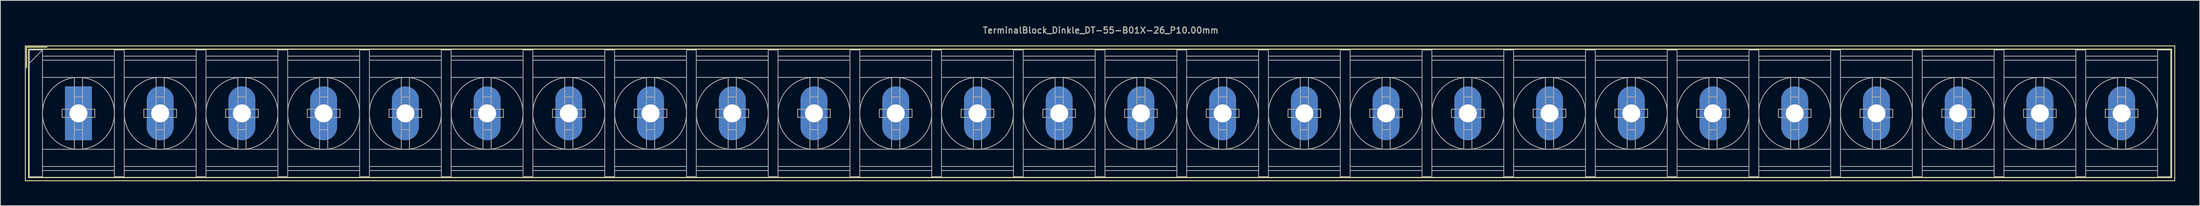
<source format=kicad_pcb>
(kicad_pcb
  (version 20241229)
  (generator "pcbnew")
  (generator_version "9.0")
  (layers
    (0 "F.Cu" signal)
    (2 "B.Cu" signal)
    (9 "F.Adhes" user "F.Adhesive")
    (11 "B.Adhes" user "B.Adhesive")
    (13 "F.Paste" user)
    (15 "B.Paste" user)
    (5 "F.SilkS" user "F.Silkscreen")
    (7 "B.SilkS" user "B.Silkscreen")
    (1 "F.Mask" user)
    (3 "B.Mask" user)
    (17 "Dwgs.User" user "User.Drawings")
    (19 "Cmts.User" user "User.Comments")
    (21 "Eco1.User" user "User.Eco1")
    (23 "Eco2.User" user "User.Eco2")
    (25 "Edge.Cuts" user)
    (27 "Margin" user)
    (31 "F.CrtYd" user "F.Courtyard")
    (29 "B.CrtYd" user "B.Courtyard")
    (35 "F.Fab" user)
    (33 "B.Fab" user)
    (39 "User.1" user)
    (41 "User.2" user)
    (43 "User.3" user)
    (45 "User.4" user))
  (footprint "TerminalBlock_Dinkle_DT-55-B01X-26_P10.00mm"
    (layer "F.Cu")
    (at 6.55 10.818)
    (property "Reference" "TerminalBlock_Dinkle_DT-55-B01X-26_P10.00mm" (at 125.08 -10.16 0) (layer "F.SilkS") (effects (font (size 0.75 0.75) (thickness 0.125))))
    (attr through_hole)
    (fp_line (start -6.5 -8.25) (end 256.5 -8.25) (stroke (width 0.1) (type solid)) (layer "F.SilkS"))
    (fp_line (start -6.5 8.25) (end -6.5 -8.25) (stroke (width 0.1) (type solid)) (layer "F.SilkS"))
    (fp_line (start -6.5 8.25) (end 256.5 8.25) (stroke (width 0.1) (type solid)) (layer "F.SilkS"))
    (fp_line (start -6.35 -8.1) (end -3.85 -8.1) (stroke (width 0.12) (type solid)) (layer "F.SilkS"))
    (fp_line (start -6.35 -5.6) (end -6.35 -8.1) (stroke (width 0.12) (type solid)) (layer "F.SilkS"))
    (fp_line (start -6.1 -7.85) (end 256.1 -7.85) (stroke (width 0.12) (type solid)) (layer "F.SilkS"))
    (fp_line (start -6.1 7.85) (end -6.1 -7.85) (stroke (width 0.12) (type solid)) (layer "F.SilkS"))
    (fp_line (start -6.1 7.85) (end 256.1 7.85) (stroke (width 0.12) (type solid)) (layer "F.SilkS"))
    (fp_line (start 256.1 -7.85) (end 256.1 7.85) (stroke (width 0.12) (type solid)) (layer "F.SilkS"))
    (fp_line (start 256.5 -8.25) (end 256.5 8.25) (stroke (width 0.1) (type solid)) (layer "F.SilkS"))
    (fp_line (start -6 -7.75) (end -6 7.75) (stroke (width 0.1) (type solid)) (layer "F.Fab"))
    (fp_line (start -6 -7.75) (end -4.4 -7.75) (stroke (width 0.1) (type solid)) (layer "F.Fab"))
    (fp_line (start -6 7.75) (end -4.4 7.75) (stroke (width 0.1) (type solid)) (layer "F.Fab"))
    (fp_line (start -4.4 -7.75) (end -6 -6.15) (stroke (width 0.1) (type solid)) (layer "F.Fab"))
    (fp_line (start -4.4 -7.75) (end -4.4 7.75) (stroke (width 0.1) (type solid)) (layer "F.Fab"))
    (fp_line (start -4.4 -7) (end 4.4 -7) (stroke (width 0.1) (type solid)) (layer "F.Fab"))
    (fp_line (start -4.4 -6.5) (end 4.4 -6.5) (stroke (width 0.1) (type solid)) (layer "F.Fab"))
    (fp_line (start -4.4 -4.4) (end 4.4 -4.4) (stroke (width 0.1) (type solid)) (layer "F.Fab"))
    (fp_line (start -4.4 4.4) (end 4.4 4.4) (stroke (width 0.1) (type solid)) (layer "F.Fab"))
    (fp_line (start -4.4 6.5) (end 4.4 6.5) (stroke (width 0.1) (type solid)) (layer "F.Fab"))
    (fp_line (start -4.4 7) (end 4.4 7) (stroke (width 0.1) (type solid)) (layer "F.Fab"))
    (fp_line (start -2 -0.5) (end -2 0.5) (stroke (width 0.1) (type solid)) (layer "F.Fab"))
    (fp_line (start -2 0.5) (end -0.5 0.5) (stroke (width 0.1) (type solid)) (layer "F.Fab"))
    (fp_line (start -0.5 -4.35) (end -0.5 -0.5) (stroke (width 0.1) (type solid)) (layer "F.Fab"))
    (fp_line (start -0.5 -2) (end 0.5 -2) (stroke (width 0.1) (type solid)) (layer "F.Fab"))
    (fp_line (start -0.5 -0.5) (end -2 -0.5) (stroke (width 0.1) (type solid)) (layer "F.Fab"))
    (fp_line (start -0.5 0.5) (end -0.5 4.35) (stroke (width 0.1) (type solid)) (layer "F.Fab"))
    (fp_line (start -0.5 2) (end 0.5 2) (stroke (width 0.1) (type solid)) (layer "F.Fab"))
    (fp_line (start 0.5 -4.35) (end 0.5 -0.5) (stroke (width 0.1) (type solid)) (layer "F.Fab"))
    (fp_line (start 0.5 -0.5) (end 2 -0.5) (stroke (width 0.1) (type solid)) (layer "F.Fab"))
    (fp_line (start 0.5 0.5) (end 0.5 4.35) (stroke (width 0.1) (type solid)) (layer "F.Fab"))
    (fp_line (start 2 -0.5) (end 2 0.5) (stroke (width 0.1) (type solid)) (layer "F.Fab"))
    (fp_line (start 2 0.5) (end 0.5 0.5) (stroke (width 0.1) (type solid)) (layer "F.Fab"))
    (fp_line (start 4.4 -7.75) (end 4.4 7.75) (stroke (width 0.1) (type solid)) (layer "F.Fab"))
    (fp_line (start 4.4 -7.75) (end 5.6 -7.75) (stroke (width 0.1) (type solid)) (layer "F.Fab"))
    (fp_line (start 4.4 7.75) (end 5.6 7.75) (stroke (width 0.1) (type solid)) (layer "F.Fab"))
    (fp_line (start 5.6 -7.75) (end 5.6 7.75) (stroke (width 0.1) (type solid)) (layer "F.Fab"))
    (fp_line (start 5.6 -7) (end 14.4 -7) (stroke (width 0.1) (type solid)) (layer "F.Fab"))
    (fp_line (start 5.6 -6.5) (end 14.4 -6.5) (stroke (width 0.1) (type solid)) (layer "F.Fab"))
    (fp_line (start 5.6 -4.4) (end 14.4 -4.4) (stroke (width 0.1) (type solid)) (layer "F.Fab"))
    (fp_line (start 5.6 4.4) (end 14.4 4.4) (stroke (width 0.1) (type solid)) (layer "F.Fab"))
    (fp_line (start 5.6 6.5) (end 14.4 6.5) (stroke (width 0.1) (type solid)) (layer "F.Fab"))
    (fp_line (start 5.6 7) (end 14.4 7) (stroke (width 0.1) (type solid)) (layer "F.Fab"))
    (fp_line (start 8 -0.5) (end 8 0.5) (stroke (width 0.1) (type solid)) (layer "F.Fab"))
    (fp_line (start 8 0.5) (end 9.5 0.5) (stroke (width 0.1) (type solid)) (layer "F.Fab"))
    (fp_line (start 9.5 -4.35) (end 9.5 -0.5) (stroke (width 0.1) (type solid)) (layer "F.Fab"))
    (fp_line (start 9.5 -2) (end 10.5 -2) (stroke (width 0.1) (type solid)) (layer "F.Fab"))
    (fp_line (start 9.5 -0.5) (end 8 -0.5) (stroke (width 0.1) (type solid)) (layer "F.Fab"))
    (fp_line (start 9.5 0.5) (end 9.5 4.35) (stroke (width 0.1) (type solid)) (layer "F.Fab"))
    (fp_line (start 9.5 2) (end 10.5 2) (stroke (width 0.1) (type solid)) (layer "F.Fab"))
    (fp_line (start 10.5 -4.35) (end 10.5 -0.5) (stroke (width 0.1) (type solid)) (layer "F.Fab"))
    (fp_line (start 10.5 -0.5) (end 12 -0.5) (stroke (width 0.1) (type solid)) (layer "F.Fab"))
    (fp_line (start 10.5 0.5) (end 10.5 4.35) (stroke (width 0.1) (type solid)) (layer "F.Fab"))
    (fp_line (start 12 -0.5) (end 12 0.5) (stroke (width 0.1) (type solid)) (layer "F.Fab"))
    (fp_line (start 12 0.5) (end 10.5 0.5) (stroke (width 0.1) (type solid)) (layer "F.Fab"))
    (fp_line (start 14.4 -7.75) (end 14.4 7.75) (stroke (width 0.1) (type solid)) (layer "F.Fab"))
    (fp_line (start 14.4 -7.75) (end 15.6 -7.75) (stroke (width 0.1) (type solid)) (layer "F.Fab"))
    (fp_line (start 14.4 7.75) (end 15.6 7.75) (stroke (width 0.1) (type solid)) (layer "F.Fab"))
    (fp_line (start 15.6 -7.75) (end 15.6 7.75) (stroke (width 0.1) (type solid)) (layer "F.Fab"))
    (fp_line (start 15.6 -7) (end 24.4 -7) (stroke (width 0.1) (type solid)) (layer "F.Fab"))
    (fp_line (start 15.6 -6.5) (end 24.4 -6.5) (stroke (width 0.1) (type solid)) (layer "F.Fab"))
    (fp_line (start 15.6 -4.4) (end 24.4 -4.4) (stroke (width 0.1) (type solid)) (layer "F.Fab"))
    (fp_line (start 15.6 4.4) (end 24.4 4.4) (stroke (width 0.1) (type solid)) (layer "F.Fab"))
    (fp_line (start 15.6 6.5) (end 24.4 6.5) (stroke (width 0.1) (type solid)) (layer "F.Fab"))
    (fp_line (start 15.6 7) (end 24.4 7) (stroke (width 0.1) (type solid)) (layer "F.Fab"))
    (fp_line (start 18 -0.5) (end 18 0.5) (stroke (width 0.1) (type solid)) (layer "F.Fab"))
    (fp_line (start 18 0.5) (end 19.5 0.5) (stroke (width 0.1) (type solid)) (layer "F.Fab"))
    (fp_line (start 19.5 -4.35) (end 19.5 -0.5) (stroke (width 0.1) (type solid)) (layer "F.Fab"))
    (fp_line (start 19.5 -2) (end 20.5 -2) (stroke (width 0.1) (type solid)) (layer "F.Fab"))
    (fp_line (start 19.5 -0.5) (end 18 -0.5) (stroke (width 0.1) (type solid)) (layer "F.Fab"))
    (fp_line (start 19.5 0.5) (end 19.5 4.35) (stroke (width 0.1) (type solid)) (layer "F.Fab"))
    (fp_line (start 19.5 2) (end 20.5 2) (stroke (width 0.1) (type solid)) (layer "F.Fab"))
    (fp_line (start 20.5 -4.35) (end 20.5 -0.5) (stroke (width 0.1) (type solid)) (layer "F.Fab"))
    (fp_line (start 20.5 -0.5) (end 22 -0.5) (stroke (width 0.1) (type solid)) (layer "F.Fab"))
    (fp_line (start 20.5 0.5) (end 20.5 4.35) (stroke (width 0.1) (type solid)) (layer "F.Fab"))
    (fp_line (start 22 -0.5) (end 22 0.5) (stroke (width 0.1) (type solid)) (layer "F.Fab"))
    (fp_line (start 22 0.5) (end 20.5 0.5) (stroke (width 0.1) (type solid)) (layer "F.Fab"))
    (fp_line (start 24.4 -7.75) (end 24.4 7.75) (stroke (width 0.1) (type solid)) (layer "F.Fab"))
    (fp_line (start 24.4 -7.75) (end 25.6 -7.75) (stroke (width 0.1) (type solid)) (layer "F.Fab"))
    (fp_line (start 24.4 7.75) (end 25.6 7.75) (stroke (width 0.1) (type solid)) (layer "F.Fab"))
    (fp_line (start 25.6 -7.75) (end 25.6 7.75) (stroke (width 0.1) (type solid)) (layer "F.Fab"))
    (fp_line (start 25.6 -7) (end 34.4 -7) (stroke (width 0.1) (type solid)) (layer "F.Fab"))
    (fp_line (start 25.6 -6.5) (end 34.4 -6.5) (stroke (width 0.1) (type solid)) (layer "F.Fab"))
    (fp_line (start 25.6 -4.4) (end 34.4 -4.4) (stroke (width 0.1) (type solid)) (layer "F.Fab"))
    (fp_line (start 25.6 4.4) (end 34.4 4.4) (stroke (width 0.1) (type solid)) (layer "F.Fab"))
    (fp_line (start 25.6 6.5) (end 34.4 6.5) (stroke (width 0.1) (type solid)) (layer "F.Fab"))
    (fp_line (start 25.6 7) (end 34.4 7) (stroke (width 0.1) (type solid)) (layer "F.Fab"))
    (fp_line (start 28 -0.5) (end 28 0.5) (stroke (width 0.1) (type solid)) (layer "F.Fab"))
    (fp_line (start 28 0.5) (end 29.5 0.5) (stroke (width 0.1) (type solid)) (layer "F.Fab"))
    (fp_line (start 29.5 -4.35) (end 29.5 -0.5) (stroke (width 0.1) (type solid)) (layer "F.Fab"))
    (fp_line (start 29.5 -2) (end 30.5 -2) (stroke (width 0.1) (type solid)) (layer "F.Fab"))
    (fp_line (start 29.5 -0.5) (end 28 -0.5) (stroke (width 0.1) (type solid)) (layer "F.Fab"))
    (fp_line (start 29.5 0.5) (end 29.5 4.35) (stroke (width 0.1) (type solid)) (layer "F.Fab"))
    (fp_line (start 29.5 2) (end 30.5 2) (stroke (width 0.1) (type solid)) (layer "F.Fab"))
    (fp_line (start 30.5 -4.35) (end 30.5 -0.5) (stroke (width 0.1) (type solid)) (layer "F.Fab"))
    (fp_line (start 30.5 -0.5) (end 32 -0.5) (stroke (width 0.1) (type solid)) (layer "F.Fab"))
    (fp_line (start 30.5 0.5) (end 30.5 4.35) (stroke (width 0.1) (type solid)) (layer "F.Fab"))
    (fp_line (start 32 -0.5) (end 32 0.5) (stroke (width 0.1) (type solid)) (layer "F.Fab"))
    (fp_line (start 32 0.5) (end 30.5 0.5) (stroke (width 0.1) (type solid)) (layer "F.Fab"))
    (fp_line (start 34.4 -7.75) (end 34.4 7.75) (stroke (width 0.1) (type solid)) (layer "F.Fab"))
    (fp_line (start 34.4 -7.75) (end 35.6 -7.75) (stroke (width 0.1) (type solid)) (layer "F.Fab"))
    (fp_line (start 34.4 7.75) (end 35.6 7.75) (stroke (width 0.1) (type solid)) (layer "F.Fab"))
    (fp_line (start 35.6 -7.75) (end 35.6 7.75) (stroke (width 0.1) (type solid)) (layer "F.Fab"))
    (fp_line (start 35.6 -7) (end 44.4 -7) (stroke (width 0.1) (type solid)) (layer "F.Fab"))
    (fp_line (start 35.6 -6.5) (end 44.4 -6.5) (stroke (width 0.1) (type solid)) (layer "F.Fab"))
    (fp_line (start 35.6 -4.4) (end 44.4 -4.4) (stroke (width 0.1) (type solid)) (layer "F.Fab"))
    (fp_line (start 35.6 4.4) (end 44.4 4.4) (stroke (width 0.1) (type solid)) (layer "F.Fab"))
    (fp_line (start 35.6 6.5) (end 44.4 6.5) (stroke (width 0.1) (type solid)) (layer "F.Fab"))
    (fp_line (start 35.6 7) (end 44.4 7) (stroke (width 0.1) (type solid)) (layer "F.Fab"))
    (fp_line (start 38 -0.5) (end 38 0.5) (stroke (width 0.1) (type solid)) (layer "F.Fab"))
    (fp_line (start 38 0.5) (end 39.5 0.5) (stroke (width 0.1) (type solid)) (layer "F.Fab"))
    (fp_line (start 39.5 -4.35) (end 39.5 -0.5) (stroke (width 0.1) (type solid)) (layer "F.Fab"))
    (fp_line (start 39.5 -2) (end 40.5 -2) (stroke (width 0.1) (type solid)) (layer "F.Fab"))
    (fp_line (start 39.5 -0.5) (end 38 -0.5) (stroke (width 0.1) (type solid)) (layer "F.Fab"))
    (fp_line (start 39.5 0.5) (end 39.5 4.35) (stroke (width 0.1) (type solid)) (layer "F.Fab"))
    (fp_line (start 39.5 2) (end 40.5 2) (stroke (width 0.1) (type solid)) (layer "F.Fab"))
    (fp_line (start 40.5 -4.35) (end 40.5 -0.5) (stroke (width 0.1) (type solid)) (layer "F.Fab"))
    (fp_line (start 40.5 -0.5) (end 42 -0.5) (stroke (width 0.1) (type solid)) (layer "F.Fab"))
    (fp_line (start 40.5 0.5) (end 40.5 4.35) (stroke (width 0.1) (type solid)) (layer "F.Fab"))
    (fp_line (start 42 -0.5) (end 42 0.5) (stroke (width 0.1) (type solid)) (layer "F.Fab"))
    (fp_line (start 42 0.5) (end 40.5 0.5) (stroke (width 0.1) (type solid)) (layer "F.Fab"))
    (fp_line (start 44.4 -7.75) (end 44.4 7.75) (stroke (width 0.1) (type solid)) (layer "F.Fab"))
    (fp_line (start 44.4 -7.75) (end 45.6 -7.75) (stroke (width 0.1) (type solid)) (layer "F.Fab"))
    (fp_line (start 44.4 7.75) (end 45.6 7.75) (stroke (width 0.1) (type solid)) (layer "F.Fab"))
    (fp_line (start 45.6 -7.75) (end 45.6 7.75) (stroke (width 0.1) (type solid)) (layer "F.Fab"))
    (fp_line (start 45.6 -7) (end 54.4 -7) (stroke (width 0.1) (type solid)) (layer "F.Fab"))
    (fp_line (start 45.6 -6.5) (end 54.4 -6.5) (stroke (width 0.1) (type solid)) (layer "F.Fab"))
    (fp_line (start 45.6 -4.4) (end 54.4 -4.4) (stroke (width 0.1) (type solid)) (layer "F.Fab"))
    (fp_line (start 45.6 4.4) (end 54.4 4.4) (stroke (width 0.1) (type solid)) (layer "F.Fab"))
    (fp_line (start 45.6 6.5) (end 54.4 6.5) (stroke (width 0.1) (type solid)) (layer "F.Fab"))
    (fp_line (start 45.6 7) (end 54.4 7) (stroke (width 0.1) (type solid)) (layer "F.Fab"))
    (fp_line (start 48 -0.5) (end 48 0.5) (stroke (width 0.1) (type solid)) (layer "F.Fab"))
    (fp_line (start 48 0.5) (end 49.5 0.5) (stroke (width 0.1) (type solid)) (layer "F.Fab"))
    (fp_line (start 49.5 -4.35) (end 49.5 -0.5) (stroke (width 0.1) (type solid)) (layer "F.Fab"))
    (fp_line (start 49.5 -2) (end 50.5 -2) (stroke (width 0.1) (type solid)) (layer "F.Fab"))
    (fp_line (start 49.5 -0.5) (end 48 -0.5) (stroke (width 0.1) (type solid)) (layer "F.Fab"))
    (fp_line (start 49.5 0.5) (end 49.5 4.35) (stroke (width 0.1) (type solid)) (layer "F.Fab"))
    (fp_line (start 49.5 2) (end 50.5 2) (stroke (width 0.1) (type solid)) (layer "F.Fab"))
    (fp_line (start 50.5 -4.35) (end 50.5 -0.5) (stroke (width 0.1) (type solid)) (layer "F.Fab"))
    (fp_line (start 50.5 -0.5) (end 52 -0.5) (stroke (width 0.1) (type solid)) (layer "F.Fab"))
    (fp_line (start 50.5 0.5) (end 50.5 4.35) (stroke (width 0.1) (type solid)) (layer "F.Fab"))
    (fp_line (start 52 -0.5) (end 52 0.5) (stroke (width 0.1) (type solid)) (layer "F.Fab"))
    (fp_line (start 52 0.5) (end 50.5 0.5) (stroke (width 0.1) (type solid)) (layer "F.Fab"))
    (fp_line (start 54.4 -7.75) (end 54.4 7.75) (stroke (width 0.1) (type solid)) (layer "F.Fab"))
    (fp_line (start 54.4 -7.75) (end 55.6 -7.75) (stroke (width 0.1) (type solid)) (layer "F.Fab"))
    (fp_line (start 54.4 7.75) (end 55.6 7.75) (stroke (width 0.1) (type solid)) (layer "F.Fab"))
    (fp_line (start 55.6 -7.75) (end 55.6 7.75) (stroke (width 0.1) (type solid)) (layer "F.Fab"))
    (fp_line (start 55.6 -7) (end 64.4 -7) (stroke (width 0.1) (type solid)) (layer "F.Fab"))
    (fp_line (start 55.6 -6.5) (end 64.4 -6.5) (stroke (width 0.1) (type solid)) (layer "F.Fab"))
    (fp_line (start 55.6 -4.4) (end 64.4 -4.4) (stroke (width 0.1) (type solid)) (layer "F.Fab"))
    (fp_line (start 55.6 4.4) (end 64.4 4.4) (stroke (width 0.1) (type solid)) (layer "F.Fab"))
    (fp_line (start 55.6 6.5) (end 64.4 6.5) (stroke (width 0.1) (type solid)) (layer "F.Fab"))
    (fp_line (start 55.6 7) (end 64.4 7) (stroke (width 0.1) (type solid)) (layer "F.Fab"))
    (fp_line (start 58 -0.5) (end 58 0.5) (stroke (width 0.1) (type solid)) (layer "F.Fab"))
    (fp_line (start 58 0.5) (end 59.5 0.5) (stroke (width 0.1) (type solid)) (layer "F.Fab"))
    (fp_line (start 59.5 -4.35) (end 59.5 -0.5) (stroke (width 0.1) (type solid)) (layer "F.Fab"))
    (fp_line (start 59.5 -2) (end 60.5 -2) (stroke (width 0.1) (type solid)) (layer "F.Fab"))
    (fp_line (start 59.5 -0.5) (end 58 -0.5) (stroke (width 0.1) (type solid)) (layer "F.Fab"))
    (fp_line (start 59.5 0.5) (end 59.5 4.35) (stroke (width 0.1) (type solid)) (layer "F.Fab"))
    (fp_line (start 59.5 2) (end 60.5 2) (stroke (width 0.1) (type solid)) (layer "F.Fab"))
    (fp_line (start 60.5 -4.35) (end 60.5 -0.5) (stroke (width 0.1) (type solid)) (layer "F.Fab"))
    (fp_line (start 60.5 -0.5) (end 62 -0.5) (stroke (width 0.1) (type solid)) (layer "F.Fab"))
    (fp_line (start 60.5 0.5) (end 60.5 4.35) (stroke (width 0.1) (type solid)) (layer "F.Fab"))
    (fp_line (start 62 -0.5) (end 62 0.5) (stroke (width 0.1) (type solid)) (layer "F.Fab"))
    (fp_line (start 62 0.5) (end 60.5 0.5) (stroke (width 0.1) (type solid)) (layer "F.Fab"))
    (fp_line (start 64.4 -7.75) (end 64.4 7.75) (stroke (width 0.1) (type solid)) (layer "F.Fab"))
    (fp_line (start 64.4 -7.75) (end 65.6 -7.75) (stroke (width 0.1) (type solid)) (layer "F.Fab"))
    (fp_line (start 64.4 7.75) (end 65.6 7.75) (stroke (width 0.1) (type solid)) (layer "F.Fab"))
    (fp_line (start 65.6 -7.75) (end 65.6 7.75) (stroke (width 0.1) (type solid)) (layer "F.Fab"))
    (fp_line (start 65.6 -7) (end 74.4 -7) (stroke (width 0.1) (type solid)) (layer "F.Fab"))
    (fp_line (start 65.6 -6.5) (end 74.4 -6.5) (stroke (width 0.1) (type solid)) (layer "F.Fab"))
    (fp_line (start 65.6 -4.4) (end 74.4 -4.4) (stroke (width 0.1) (type solid)) (layer "F.Fab"))
    (fp_line (start 65.6 4.4) (end 74.4 4.4) (stroke (width 0.1) (type solid)) (layer "F.Fab"))
    (fp_line (start 65.6 6.5) (end 74.4 6.5) (stroke (width 0.1) (type solid)) (layer "F.Fab"))
    (fp_line (start 65.6 7) (end 74.4 7) (stroke (width 0.1) (type solid)) (layer "F.Fab"))
    (fp_line (start 68 -0.5) (end 68 0.5) (stroke (width 0.1) (type solid)) (layer "F.Fab"))
    (fp_line (start 68 0.5) (end 69.5 0.5) (stroke (width 0.1) (type solid)) (layer "F.Fab"))
    (fp_line (start 69.5 -4.35) (end 69.5 -0.5) (stroke (width 0.1) (type solid)) (layer "F.Fab"))
    (fp_line (start 69.5 -2) (end 70.5 -2) (stroke (width 0.1) (type solid)) (layer "F.Fab"))
    (fp_line (start 69.5 -0.5) (end 68 -0.5) (stroke (width 0.1) (type solid)) (layer "F.Fab"))
    (fp_line (start 69.5 0.5) (end 69.5 4.35) (stroke (width 0.1) (type solid)) (layer "F.Fab"))
    (fp_line (start 69.5 2) (end 70.5 2) (stroke (width 0.1) (type solid)) (layer "F.Fab"))
    (fp_line (start 70.5 -4.35) (end 70.5 -0.5) (stroke (width 0.1) (type solid)) (layer "F.Fab"))
    (fp_line (start 70.5 -0.5) (end 72 -0.5) (stroke (width 0.1) (type solid)) (layer "F.Fab"))
    (fp_line (start 70.5 0.5) (end 70.5 4.35) (stroke (width 0.1) (type solid)) (layer "F.Fab"))
    (fp_line (start 72 -0.5) (end 72 0.5) (stroke (width 0.1) (type solid)) (layer "F.Fab"))
    (fp_line (start 72 0.5) (end 70.5 0.5) (stroke (width 0.1) (type solid)) (layer "F.Fab"))
    (fp_line (start 74.4 -7.75) (end 74.4 7.75) (stroke (width 0.1) (type solid)) (layer "F.Fab"))
    (fp_line (start 74.4 -7.75) (end 75.6 -7.75) (stroke (width 0.1) (type solid)) (layer "F.Fab"))
    (fp_line (start 74.4 7.75) (end 75.6 7.75) (stroke (width 0.1) (type solid)) (layer "F.Fab"))
    (fp_line (start 75.6 -7.75) (end 75.6 7.75) (stroke (width 0.1) (type solid)) (layer "F.Fab"))
    (fp_line (start 75.6 -7) (end 84.4 -7) (stroke (width 0.1) (type solid)) (layer "F.Fab"))
    (fp_line (start 75.6 -6.5) (end 84.4 -6.5) (stroke (width 0.1) (type solid)) (layer "F.Fab"))
    (fp_line (start 75.6 -4.4) (end 84.4 -4.4) (stroke (width 0.1) (type solid)) (layer "F.Fab"))
    (fp_line (start 75.6 4.4) (end 84.4 4.4) (stroke (width 0.1) (type solid)) (layer "F.Fab"))
    (fp_line (start 75.6 6.5) (end 84.4 6.5) (stroke (width 0.1) (type solid)) (layer "F.Fab"))
    (fp_line (start 75.6 7) (end 84.4 7) (stroke (width 0.1) (type solid)) (layer "F.Fab"))
    (fp_line (start 78 -0.5) (end 78 0.5) (stroke (width 0.1) (type solid)) (layer "F.Fab"))
    (fp_line (start 78 0.5) (end 79.5 0.5) (stroke (width 0.1) (type solid)) (layer "F.Fab"))
    (fp_line (start 79.5 -4.35) (end 79.5 -0.5) (stroke (width 0.1) (type solid)) (layer "F.Fab"))
    (fp_line (start 79.5 -2) (end 80.5 -2) (stroke (width 0.1) (type solid)) (layer "F.Fab"))
    (fp_line (start 79.5 -0.5) (end 78 -0.5) (stroke (width 0.1) (type solid)) (layer "F.Fab"))
    (fp_line (start 79.5 0.5) (end 79.5 4.35) (stroke (width 0.1) (type solid)) (layer "F.Fab"))
    (fp_line (start 79.5 2) (end 80.5 2) (stroke (width 0.1) (type solid)) (layer "F.Fab"))
    (fp_line (start 80.5 -4.35) (end 80.5 -0.5) (stroke (width 0.1) (type solid)) (layer "F.Fab"))
    (fp_line (start 80.5 -0.5) (end 82 -0.5) (stroke (width 0.1) (type solid)) (layer "F.Fab"))
    (fp_line (start 80.5 0.5) (end 80.5 4.35) (stroke (width 0.1) (type solid)) (layer "F.Fab"))
    (fp_line (start 82 -0.5) (end 82 0.5) (stroke (width 0.1) (type solid)) (layer "F.Fab"))
    (fp_line (start 82 0.5) (end 80.5 0.5) (stroke (width 0.1) (type solid)) (layer "F.Fab"))
    (fp_line (start 84.4 -7.75) (end 84.4 7.75) (stroke (width 0.1) (type solid)) (layer "F.Fab"))
    (fp_line (start 84.4 -7.75) (end 85.6 -7.75) (stroke (width 0.1) (type solid)) (layer "F.Fab"))
    (fp_line (start 84.4 7.75) (end 85.6 7.75) (stroke (width 0.1) (type solid)) (layer "F.Fab"))
    (fp_line (start 85.6 -7.75) (end 85.6 7.75) (stroke (width 0.1) (type solid)) (layer "F.Fab"))
    (fp_line (start 85.6 -7) (end 94.4 -7) (stroke (width 0.1) (type solid)) (layer "F.Fab"))
    (fp_line (start 85.6 -6.5) (end 94.4 -6.5) (stroke (width 0.1) (type solid)) (layer "F.Fab"))
    (fp_line (start 85.6 -4.4) (end 94.4 -4.4) (stroke (width 0.1) (type solid)) (layer "F.Fab"))
    (fp_line (start 85.6 4.4) (end 94.4 4.4) (stroke (width 0.1) (type solid)) (layer "F.Fab"))
    (fp_line (start 85.6 6.5) (end 94.4 6.5) (stroke (width 0.1) (type solid)) (layer "F.Fab"))
    (fp_line (start 85.6 7) (end 94.4 7) (stroke (width 0.1) (type solid)) (layer "F.Fab"))
    (fp_line (start 88 -0.5) (end 88 0.5) (stroke (width 0.1) (type solid)) (layer "F.Fab"))
    (fp_line (start 88 0.5) (end 89.5 0.5) (stroke (width 0.1) (type solid)) (layer "F.Fab"))
    (fp_line (start 89.5 -4.35) (end 89.5 -0.5) (stroke (width 0.1) (type solid)) (layer "F.Fab"))
    (fp_line (start 89.5 -2) (end 90.5 -2) (stroke (width 0.1) (type solid)) (layer "F.Fab"))
    (fp_line (start 89.5 -0.5) (end 88 -0.5) (stroke (width 0.1) (type solid)) (layer "F.Fab"))
    (fp_line (start 89.5 0.5) (end 89.5 4.35) (stroke (width 0.1) (type solid)) (layer "F.Fab"))
    (fp_line (start 89.5 2) (end 90.5 2) (stroke (width 0.1) (type solid)) (layer "F.Fab"))
    (fp_line (start 90.5 -4.35) (end 90.5 -0.5) (stroke (width 0.1) (type solid)) (layer "F.Fab"))
    (fp_line (start 90.5 -0.5) (end 92 -0.5) (stroke (width 0.1) (type solid)) (layer "F.Fab"))
    (fp_line (start 90.5 0.5) (end 90.5 4.35) (stroke (width 0.1) (type solid)) (layer "F.Fab"))
    (fp_line (start 92 -0.5) (end 92 0.5) (stroke (width 0.1) (type solid)) (layer "F.Fab"))
    (fp_line (start 92 0.5) (end 90.5 0.5) (stroke (width 0.1) (type solid)) (layer "F.Fab"))
    (fp_line (start 94.4 -7.75) (end 94.4 7.75) (stroke (width 0.1) (type solid)) (layer "F.Fab"))
    (fp_line (start 94.4 -7.75) (end 95.6 -7.75) (stroke (width 0.1) (type solid)) (layer "F.Fab"))
    (fp_line (start 94.4 7.75) (end 95.6 7.75) (stroke (width 0.1) (type solid)) (layer "F.Fab"))
    (fp_line (start 95.6 -7.75) (end 95.6 7.75) (stroke (width 0.1) (type solid)) (layer "F.Fab"))
    (fp_line (start 95.6 -7) (end 104.4 -7) (stroke (width 0.1) (type solid)) (layer "F.Fab"))
    (fp_line (start 95.6 -6.5) (end 104.4 -6.5) (stroke (width 0.1) (type solid)) (layer "F.Fab"))
    (fp_line (start 95.6 -4.4) (end 104.4 -4.4) (stroke (width 0.1) (type solid)) (layer "F.Fab"))
    (fp_line (start 95.6 4.4) (end 104.4 4.4) (stroke (width 0.1) (type solid)) (layer "F.Fab"))
    (fp_line (start 95.6 6.5) (end 104.4 6.5) (stroke (width 0.1) (type solid)) (layer "F.Fab"))
    (fp_line (start 95.6 7) (end 104.4 7) (stroke (width 0.1) (type solid)) (layer "F.Fab"))
    (fp_line (start 98 -0.5) (end 98 0.5) (stroke (width 0.1) (type solid)) (layer "F.Fab"))
    (fp_line (start 98 0.5) (end 99.5 0.5) (stroke (width 0.1) (type solid)) (layer "F.Fab"))
    (fp_line (start 99.5 -4.35) (end 99.5 -0.5) (stroke (width 0.1) (type solid)) (layer "F.Fab"))
    (fp_line (start 99.5 -2) (end 100.5 -2) (stroke (width 0.1) (type solid)) (layer "F.Fab"))
    (fp_line (start 99.5 -0.5) (end 98 -0.5) (stroke (width 0.1) (type solid)) (layer "F.Fab"))
    (fp_line (start 99.5 0.5) (end 99.5 4.35) (stroke (width 0.1) (type solid)) (layer "F.Fab"))
    (fp_line (start 99.5 2) (end 100.5 2) (stroke (width 0.1) (type solid)) (layer "F.Fab"))
    (fp_line (start 100.5 -4.35) (end 100.5 -0.5) (stroke (width 0.1) (type solid)) (layer "F.Fab"))
    (fp_line (start 100.5 -0.5) (end 102 -0.5) (stroke (width 0.1) (type solid)) (layer "F.Fab"))
    (fp_line (start 100.5 0.5) (end 100.5 4.35) (stroke (width 0.1) (type solid)) (layer "F.Fab"))
    (fp_line (start 102 -0.5) (end 102 0.5) (stroke (width 0.1) (type solid)) (layer "F.Fab"))
    (fp_line (start 102 0.5) (end 100.5 0.5) (stroke (width 0.1) (type solid)) (layer "F.Fab"))
    (fp_line (start 104.4 -7.75) (end 104.4 7.75) (stroke (width 0.1) (type solid)) (layer "F.Fab"))
    (fp_line (start 104.4 -7.75) (end 105.6 -7.75) (stroke (width 0.1) (type solid)) (layer "F.Fab"))
    (fp_line (start 104.4 7.75) (end 105.6 7.75) (stroke (width 0.1) (type solid)) (layer "F.Fab"))
    (fp_line (start 105.6 -7.75) (end 105.6 7.75) (stroke (width 0.1) (type solid)) (layer "F.Fab"))
    (fp_line (start 105.6 -7) (end 114.4 -7) (stroke (width 0.1) (type solid)) (layer "F.Fab"))
    (fp_line (start 105.6 -6.5) (end 114.4 -6.5) (stroke (width 0.1) (type solid)) (layer "F.Fab"))
    (fp_line (start 105.6 -4.4) (end 114.4 -4.4) (stroke (width 0.1) (type solid)) (layer "F.Fab"))
    (fp_line (start 105.6 4.4) (end 114.4 4.4) (stroke (width 0.1) (type solid)) (layer "F.Fab"))
    (fp_line (start 105.6 6.5) (end 114.4 6.5) (stroke (width 0.1) (type solid)) (layer "F.Fab"))
    (fp_line (start 105.6 7) (end 114.4 7) (stroke (width 0.1) (type solid)) (layer "F.Fab"))
    (fp_line (start 108 -0.5) (end 108 0.5) (stroke (width 0.1) (type solid)) (layer "F.Fab"))
    (fp_line (start 108 0.5) (end 109.5 0.5) (stroke (width 0.1) (type solid)) (layer "F.Fab"))
    (fp_line (start 109.5 -4.35) (end 109.5 -0.5) (stroke (width 0.1) (type solid)) (layer "F.Fab"))
    (fp_line (start 109.5 -2) (end 110.5 -2) (stroke (width 0.1) (type solid)) (layer "F.Fab"))
    (fp_line (start 109.5 -0.5) (end 108 -0.5) (stroke (width 0.1) (type solid)) (layer "F.Fab"))
    (fp_line (start 109.5 0.5) (end 109.5 4.35) (stroke (width 0.1) (type solid)) (layer "F.Fab"))
    (fp_line (start 109.5 2) (end 110.5 2) (stroke (width 0.1) (type solid)) (layer "F.Fab"))
    (fp_line (start 110.5 -4.35) (end 110.5 -0.5) (stroke (width 0.1) (type solid)) (layer "F.Fab"))
    (fp_line (start 110.5 -0.5) (end 112 -0.5) (stroke (width 0.1) (type solid)) (layer "F.Fab"))
    (fp_line (start 110.5 0.5) (end 110.5 4.35) (stroke (width 0.1) (type solid)) (layer "F.Fab"))
    (fp_line (start 112 -0.5) (end 112 0.5) (stroke (width 0.1) (type solid)) (layer "F.Fab"))
    (fp_line (start 112 0.5) (end 110.5 0.5) (stroke (width 0.1) (type solid)) (layer "F.Fab"))
    (fp_line (start 114.4 -7.75) (end 114.4 7.75) (stroke (width 0.1) (type solid)) (layer "F.Fab"))
    (fp_line (start 114.4 -7.75) (end 115.6 -7.75) (stroke (width 0.1) (type solid)) (layer "F.Fab"))
    (fp_line (start 114.4 7.75) (end 115.6 7.75) (stroke (width 0.1) (type solid)) (layer "F.Fab"))
    (fp_line (start 115.6 -7.75) (end 115.6 7.75) (stroke (width 0.1) (type solid)) (layer "F.Fab"))
    (fp_line (start 115.6 -7) (end 124.4 -7) (stroke (width 0.1) (type solid)) (layer "F.Fab"))
    (fp_line (start 115.6 -6.5) (end 124.4 -6.5) (stroke (width 0.1) (type solid)) (layer "F.Fab"))
    (fp_line (start 115.6 -4.4) (end 124.4 -4.4) (stroke (width 0.1) (type solid)) (layer "F.Fab"))
    (fp_line (start 115.6 4.4) (end 124.4 4.4) (stroke (width 0.1) (type solid)) (layer "F.Fab"))
    (fp_line (start 115.6 6.5) (end 124.4 6.5) (stroke (width 0.1) (type solid)) (layer "F.Fab"))
    (fp_line (start 115.6 7) (end 124.4 7) (stroke (width 0.1) (type solid)) (layer "F.Fab"))
    (fp_line (start 118 -0.5) (end 118 0.5) (stroke (width 0.1) (type solid)) (layer "F.Fab"))
    (fp_line (start 118 0.5) (end 119.5 0.5) (stroke (width 0.1) (type solid)) (layer "F.Fab"))
    (fp_line (start 119.5 -4.35) (end 119.5 -0.5) (stroke (width 0.1) (type solid)) (layer "F.Fab"))
    (fp_line (start 119.5 -2) (end 120.5 -2) (stroke (width 0.1) (type solid)) (layer "F.Fab"))
    (fp_line (start 119.5 -0.5) (end 118 -0.5) (stroke (width 0.1) (type solid)) (layer "F.Fab"))
    (fp_line (start 119.5 0.5) (end 119.5 4.35) (stroke (width 0.1) (type solid)) (layer "F.Fab"))
    (fp_line (start 119.5 2) (end 120.5 2) (stroke (width 0.1) (type solid)) (layer "F.Fab"))
    (fp_line (start 120.5 -4.35) (end 120.5 -0.5) (stroke (width 0.1) (type solid)) (layer "F.Fab"))
    (fp_line (start 120.5 -0.5) (end 122 -0.5) (stroke (width 0.1) (type solid)) (layer "F.Fab"))
    (fp_line (start 120.5 0.5) (end 120.5 4.35) (stroke (width 0.1) (type solid)) (layer "F.Fab"))
    (fp_line (start 122 -0.5) (end 122 0.5) (stroke (width 0.1) (type solid)) (layer "F.Fab"))
    (fp_line (start 122 0.5) (end 120.5 0.5) (stroke (width 0.1) (type solid)) (layer "F.Fab"))
    (fp_line (start 124.4 -7.75) (end 124.4 7.75) (stroke (width 0.1) (type solid)) (layer "F.Fab"))
    (fp_line (start 124.4 -7.75) (end 125.6 -7.75) (stroke (width 0.1) (type solid)) (layer "F.Fab"))
    (fp_line (start 124.4 7.75) (end 125.6 7.75) (stroke (width 0.1) (type solid)) (layer "F.Fab"))
    (fp_line (start 125.6 -7.75) (end 125.6 7.75) (stroke (width 0.1) (type solid)) (layer "F.Fab"))
    (fp_line (start 125.6 -7) (end 134.4 -7) (stroke (width 0.1) (type solid)) (layer "F.Fab"))
    (fp_line (start 125.6 -6.5) (end 134.4 -6.5) (stroke (width 0.1) (type solid)) (layer "F.Fab"))
    (fp_line (start 125.6 -4.4) (end 134.4 -4.4) (stroke (width 0.1) (type solid)) (layer "F.Fab"))
    (fp_line (start 125.6 4.4) (end 134.4 4.4) (stroke (width 0.1) (type solid)) (layer "F.Fab"))
    (fp_line (start 125.6 6.5) (end 134.4 6.5) (stroke (width 0.1) (type solid)) (layer "F.Fab"))
    (fp_line (start 125.6 7) (end 134.4 7) (stroke (width 0.1) (type solid)) (layer "F.Fab"))
    (fp_line (start 128 -0.5) (end 128 0.5) (stroke (width 0.1) (type solid)) (layer "F.Fab"))
    (fp_line (start 128 0.5) (end 129.5 0.5) (stroke (width 0.1) (type solid)) (layer "F.Fab"))
    (fp_line (start 129.5 -4.35) (end 129.5 -0.5) (stroke (width 0.1) (type solid)) (layer "F.Fab"))
    (fp_line (start 129.5 -2) (end 130.5 -2) (stroke (width 0.1) (type solid)) (layer "F.Fab"))
    (fp_line (start 129.5 -0.5) (end 128 -0.5) (stroke (width 0.1) (type solid)) (layer "F.Fab"))
    (fp_line (start 129.5 0.5) (end 129.5 4.35) (stroke (width 0.1) (type solid)) (layer "F.Fab"))
    (fp_line (start 129.5 2) (end 130.5 2) (stroke (width 0.1) (type solid)) (layer "F.Fab"))
    (fp_line (start 130.5 -4.35) (end 130.5 -0.5) (stroke (width 0.1) (type solid)) (layer "F.Fab"))
    (fp_line (start 130.5 -0.5) (end 132 -0.5) (stroke (width 0.1) (type solid)) (layer "F.Fab"))
    (fp_line (start 130.5 0.5) (end 130.5 4.35) (stroke (width 0.1) (type solid)) (layer "F.Fab"))
    (fp_line (start 132 -0.5) (end 132 0.5) (stroke (width 0.1) (type solid)) (layer "F.Fab"))
    (fp_line (start 132 0.5) (end 130.5 0.5) (stroke (width 0.1) (type solid)) (layer "F.Fab"))
    (fp_line (start 134.4 -7.75) (end 134.4 7.75) (stroke (width 0.1) (type solid)) (layer "F.Fab"))
    (fp_line (start 134.4 -7.75) (end 135.6 -7.75) (stroke (width 0.1) (type solid)) (layer "F.Fab"))
    (fp_line (start 134.4 7.75) (end 135.6 7.75) (stroke (width 0.1) (type solid)) (layer "F.Fab"))
    (fp_line (start 135.6 -7.75) (end 135.6 7.75) (stroke (width 0.1) (type solid)) (layer "F.Fab"))
    (fp_line (start 135.6 -7) (end 144.4 -7) (stroke (width 0.1) (type solid)) (layer "F.Fab"))
    (fp_line (start 135.6 -6.5) (end 144.4 -6.5) (stroke (width 0.1) (type solid)) (layer "F.Fab"))
    (fp_line (start 135.6 -4.4) (end 144.4 -4.4) (stroke (width 0.1) (type solid)) (layer "F.Fab"))
    (fp_line (start 135.6 4.4) (end 144.4 4.4) (stroke (width 0.1) (type solid)) (layer "F.Fab"))
    (fp_line (start 135.6 6.5) (end 144.4 6.5) (stroke (width 0.1) (type solid)) (layer "F.Fab"))
    (fp_line (start 135.6 7) (end 144.4 7) (stroke (width 0.1) (type solid)) (layer "F.Fab"))
    (fp_line (start 138 -0.5) (end 138 0.5) (stroke (width 0.1) (type solid)) (layer "F.Fab"))
    (fp_line (start 138 0.5) (end 139.5 0.5) (stroke (width 0.1) (type solid)) (layer "F.Fab"))
    (fp_line (start 139.5 -4.35) (end 139.5 -0.5) (stroke (width 0.1) (type solid)) (layer "F.Fab"))
    (fp_line (start 139.5 -2) (end 140.5 -2) (stroke (width 0.1) (type solid)) (layer "F.Fab"))
    (fp_line (start 139.5 -0.5) (end 138 -0.5) (stroke (width 0.1) (type solid)) (layer "F.Fab"))
    (fp_line (start 139.5 0.5) (end 139.5 4.35) (stroke (width 0.1) (type solid)) (layer "F.Fab"))
    (fp_line (start 139.5 2) (end 140.5 2) (stroke (width 0.1) (type solid)) (layer "F.Fab"))
    (fp_line (start 140.5 -4.35) (end 140.5 -0.5) (stroke (width 0.1) (type solid)) (layer "F.Fab"))
    (fp_line (start 140.5 -0.5) (end 142 -0.5) (stroke (width 0.1) (type solid)) (layer "F.Fab"))
    (fp_line (start 140.5 0.5) (end 140.5 4.35) (stroke (width 0.1) (type solid)) (layer "F.Fab"))
    (fp_line (start 142 -0.5) (end 142 0.5) (stroke (width 0.1) (type solid)) (layer "F.Fab"))
    (fp_line (start 142 0.5) (end 140.5 0.5) (stroke (width 0.1) (type solid)) (layer "F.Fab"))
    (fp_line (start 144.4 -7.75) (end 144.4 7.75) (stroke (width 0.1) (type solid)) (layer "F.Fab"))
    (fp_line (start 144.4 -7.75) (end 145.6 -7.75) (stroke (width 0.1) (type solid)) (layer "F.Fab"))
    (fp_line (start 144.4 7.75) (end 145.6 7.75) (stroke (width 0.1) (type solid)) (layer "F.Fab"))
    (fp_line (start 145.6 -7.75) (end 145.6 7.75) (stroke (width 0.1) (type solid)) (layer "F.Fab"))
    (fp_line (start 145.6 -7) (end 154.4 -7) (stroke (width 0.1) (type solid)) (layer "F.Fab"))
    (fp_line (start 145.6 -6.5) (end 154.4 -6.5) (stroke (width 0.1) (type solid)) (layer "F.Fab"))
    (fp_line (start 145.6 -4.4) (end 154.4 -4.4) (stroke (width 0.1) (type solid)) (layer "F.Fab"))
    (fp_line (start 145.6 4.4) (end 154.4 4.4) (stroke (width 0.1) (type solid)) (layer "F.Fab"))
    (fp_line (start 145.6 6.5) (end 154.4 6.5) (stroke (width 0.1) (type solid)) (layer "F.Fab"))
    (fp_line (start 145.6 7) (end 154.4 7) (stroke (width 0.1) (type solid)) (layer "F.Fab"))
    (fp_line (start 148 -0.5) (end 148 0.5) (stroke (width 0.1) (type solid)) (layer "F.Fab"))
    (fp_line (start 148 0.5) (end 149.5 0.5) (stroke (width 0.1) (type solid)) (layer "F.Fab"))
    (fp_line (start 149.5 -4.35) (end 149.5 -0.5) (stroke (width 0.1) (type solid)) (layer "F.Fab"))
    (fp_line (start 149.5 -2) (end 150.5 -2) (stroke (width 0.1) (type solid)) (layer "F.Fab"))
    (fp_line (start 149.5 -0.5) (end 148 -0.5) (stroke (width 0.1) (type solid)) (layer "F.Fab"))
    (fp_line (start 149.5 0.5) (end 149.5 4.35) (stroke (width 0.1) (type solid)) (layer "F.Fab"))
    (fp_line (start 149.5 2) (end 150.5 2) (stroke (width 0.1) (type solid)) (layer "F.Fab"))
    (fp_line (start 150.5 -4.35) (end 150.5 -0.5) (stroke (width 0.1) (type solid)) (layer "F.Fab"))
    (fp_line (start 150.5 -0.5) (end 152 -0.5) (stroke (width 0.1) (type solid)) (layer "F.Fab"))
    (fp_line (start 150.5 0.5) (end 150.5 4.35) (stroke (width 0.1) (type solid)) (layer "F.Fab"))
    (fp_line (start 152 -0.5) (end 152 0.5) (stroke (width 0.1) (type solid)) (layer "F.Fab"))
    (fp_line (start 152 0.5) (end 150.5 0.5) (stroke (width 0.1) (type solid)) (layer "F.Fab"))
    (fp_line (start 154.4 -7.75) (end 154.4 7.75) (stroke (width 0.1) (type solid)) (layer "F.Fab"))
    (fp_line (start 154.4 -7.75) (end 155.6 -7.75) (stroke (width 0.1) (type solid)) (layer "F.Fab"))
    (fp_line (start 154.4 7.75) (end 155.6 7.75) (stroke (width 0.1) (type solid)) (layer "F.Fab"))
    (fp_line (start 155.6 -7.75) (end 155.6 7.75) (stroke (width 0.1) (type solid)) (layer "F.Fab"))
    (fp_line (start 155.6 -7) (end 164.4 -7) (stroke (width 0.1) (type solid)) (layer "F.Fab"))
    (fp_line (start 155.6 -6.5) (end 164.4 -6.5) (stroke (width 0.1) (type solid)) (layer "F.Fab"))
    (fp_line (start 155.6 -4.4) (end 164.4 -4.4) (stroke (width 0.1) (type solid)) (layer "F.Fab"))
    (fp_line (start 155.6 4.4) (end 164.4 4.4) (stroke (width 0.1) (type solid)) (layer "F.Fab"))
    (fp_line (start 155.6 6.5) (end 164.4 6.5) (stroke (width 0.1) (type solid)) (layer "F.Fab"))
    (fp_line (start 155.6 7) (end 164.4 7) (stroke (width 0.1) (type solid)) (layer "F.Fab"))
    (fp_line (start 158 -0.5) (end 158 0.5) (stroke (width 0.1) (type solid)) (layer "F.Fab"))
    (fp_line (start 158 0.5) (end 159.5 0.5) (stroke (width 0.1) (type solid)) (layer "F.Fab"))
    (fp_line (start 159.5 -4.35) (end 159.5 -0.5) (stroke (width 0.1) (type solid)) (layer "F.Fab"))
    (fp_line (start 159.5 -2) (end 160.5 -2) (stroke (width 0.1) (type solid)) (layer "F.Fab"))
    (fp_line (start 159.5 -0.5) (end 158 -0.5) (stroke (width 0.1) (type solid)) (layer "F.Fab"))
    (fp_line (start 159.5 0.5) (end 159.5 4.35) (stroke (width 0.1) (type solid)) (layer "F.Fab"))
    (fp_line (start 159.5 2) (end 160.5 2) (stroke (width 0.1) (type solid)) (layer "F.Fab"))
    (fp_line (start 160.5 -4.35) (end 160.5 -0.5) (stroke (width 0.1) (type solid)) (layer "F.Fab"))
    (fp_line (start 160.5 -0.5) (end 162 -0.5) (stroke (width 0.1) (type solid)) (layer "F.Fab"))
    (fp_line (start 160.5 0.5) (end 160.5 4.35) (stroke (width 0.1) (type solid)) (layer "F.Fab"))
    (fp_line (start 162 -0.5) (end 162 0.5) (stroke (width 0.1) (type solid)) (layer "F.Fab"))
    (fp_line (start 162 0.5) (end 160.5 0.5) (stroke (width 0.1) (type solid)) (layer "F.Fab"))
    (fp_line (start 164.4 -7.75) (end 164.4 7.75) (stroke (width 0.1) (type solid)) (layer "F.Fab"))
    (fp_line (start 164.4 -7.75) (end 165.6 -7.75) (stroke (width 0.1) (type solid)) (layer "F.Fab"))
    (fp_line (start 164.4 7.75) (end 165.6 7.75) (stroke (width 0.1) (type solid)) (layer "F.Fab"))
    (fp_line (start 165.6 -7.75) (end 165.6 7.75) (stroke (width 0.1) (type solid)) (layer "F.Fab"))
    (fp_line (start 165.6 -7) (end 174.4 -7) (stroke (width 0.1) (type solid)) (layer "F.Fab"))
    (fp_line (start 165.6 -6.5) (end 174.4 -6.5) (stroke (width 0.1) (type solid)) (layer "F.Fab"))
    (fp_line (start 165.6 -4.4) (end 174.4 -4.4) (stroke (width 0.1) (type solid)) (layer "F.Fab"))
    (fp_line (start 165.6 4.4) (end 174.4 4.4) (stroke (width 0.1) (type solid)) (layer "F.Fab"))
    (fp_line (start 165.6 6.5) (end 174.4 6.5) (stroke (width 0.1) (type solid)) (layer "F.Fab"))
    (fp_line (start 165.6 7) (end 174.4 7) (stroke (width 0.1) (type solid)) (layer "F.Fab"))
    (fp_line (start 168 -0.5) (end 168 0.5) (stroke (width 0.1) (type solid)) (layer "F.Fab"))
    (fp_line (start 168 0.5) (end 169.5 0.5) (stroke (width 0.1) (type solid)) (layer "F.Fab"))
    (fp_line (start 169.5 -4.35) (end 169.5 -0.5) (stroke (width 0.1) (type solid)) (layer "F.Fab"))
    (fp_line (start 169.5 -2) (end 170.5 -2) (stroke (width 0.1) (type solid)) (layer "F.Fab"))
    (fp_line (start 169.5 -0.5) (end 168 -0.5) (stroke (width 0.1) (type solid)) (layer "F.Fab"))
    (fp_line (start 169.5 0.5) (end 169.5 4.35) (stroke (width 0.1) (type solid)) (layer "F.Fab"))
    (fp_line (start 169.5 2) (end 170.5 2) (stroke (width 0.1) (type solid)) (layer "F.Fab"))
    (fp_line (start 170.5 -4.35) (end 170.5 -0.5) (stroke (width 0.1) (type solid)) (layer "F.Fab"))
    (fp_line (start 170.5 -0.5) (end 172 -0.5) (stroke (width 0.1) (type solid)) (layer "F.Fab"))
    (fp_line (start 170.5 0.5) (end 170.5 4.35) (stroke (width 0.1) (type solid)) (layer "F.Fab"))
    (fp_line (start 172 -0.5) (end 172 0.5) (stroke (width 0.1) (type solid)) (layer "F.Fab"))
    (fp_line (start 172 0.5) (end 170.5 0.5) (stroke (width 0.1) (type solid)) (layer "F.Fab"))
    (fp_line (start 174.4 -7.75) (end 174.4 7.75) (stroke (width 0.1) (type solid)) (layer "F.Fab"))
    (fp_line (start 174.4 -7.75) (end 175.6 -7.75) (stroke (width 0.1) (type solid)) (layer "F.Fab"))
    (fp_line (start 174.4 7.75) (end 175.6 7.75) (stroke (width 0.1) (type solid)) (layer "F.Fab"))
    (fp_line (start 175.6 -7.75) (end 175.6 7.75) (stroke (width 0.1) (type solid)) (layer "F.Fab"))
    (fp_line (start 175.6 -7) (end 184.4 -7) (stroke (width 0.1) (type solid)) (layer "F.Fab"))
    (fp_line (start 175.6 -6.5) (end 184.4 -6.5) (stroke (width 0.1) (type solid)) (layer "F.Fab"))
    (fp_line (start 175.6 -4.4) (end 184.4 -4.4) (stroke (width 0.1) (type solid)) (layer "F.Fab"))
    (fp_line (start 175.6 4.4) (end 184.4 4.4) (stroke (width 0.1) (type solid)) (layer "F.Fab"))
    (fp_line (start 175.6 6.5) (end 184.4 6.5) (stroke (width 0.1) (type solid)) (layer "F.Fab"))
    (fp_line (start 175.6 7) (end 184.4 7) (stroke (width 0.1) (type solid)) (layer "F.Fab"))
    (fp_line (start 178 -0.5) (end 178 0.5) (stroke (width 0.1) (type solid)) (layer "F.Fab"))
    (fp_line (start 178 0.5) (end 179.5 0.5) (stroke (width 0.1) (type solid)) (layer "F.Fab"))
    (fp_line (start 179.5 -4.35) (end 179.5 -0.5) (stroke (width 0.1) (type solid)) (layer "F.Fab"))
    (fp_line (start 179.5 -2) (end 180.5 -2) (stroke (width 0.1) (type solid)) (layer "F.Fab"))
    (fp_line (start 179.5 -0.5) (end 178 -0.5) (stroke (width 0.1) (type solid)) (layer "F.Fab"))
    (fp_line (start 179.5 0.5) (end 179.5 4.35) (stroke (width 0.1) (type solid)) (layer "F.Fab"))
    (fp_line (start 179.5 2) (end 180.5 2) (stroke (width 0.1) (type solid)) (layer "F.Fab"))
    (fp_line (start 180.5 -4.35) (end 180.5 -0.5) (stroke (width 0.1) (type solid)) (layer "F.Fab"))
    (fp_line (start 180.5 -0.5) (end 182 -0.5) (stroke (width 0.1) (type solid)) (layer "F.Fab"))
    (fp_line (start 180.5 0.5) (end 180.5 4.35) (stroke (width 0.1) (type solid)) (layer "F.Fab"))
    (fp_line (start 182 -0.5) (end 182 0.5) (stroke (width 0.1) (type solid)) (layer "F.Fab"))
    (fp_line (start 182 0.5) (end 180.5 0.5) (stroke (width 0.1) (type solid)) (layer "F.Fab"))
    (fp_line (start 184.4 -7.75) (end 184.4 7.75) (stroke (width 0.1) (type solid)) (layer "F.Fab"))
    (fp_line (start 184.4 -7.75) (end 185.6 -7.75) (stroke (width 0.1) (type solid)) (layer "F.Fab"))
    (fp_line (start 184.4 7.75) (end 185.6 7.75) (stroke (width 0.1) (type solid)) (layer "F.Fab"))
    (fp_line (start 185.6 -7.75) (end 185.6 7.75) (stroke (width 0.1) (type solid)) (layer "F.Fab"))
    (fp_line (start 185.6 -7) (end 194.4 -7) (stroke (width 0.1) (type solid)) (layer "F.Fab"))
    (fp_line (start 185.6 -6.5) (end 194.4 -6.5) (stroke (width 0.1) (type solid)) (layer "F.Fab"))
    (fp_line (start 185.6 -4.4) (end 194.4 -4.4) (stroke (width 0.1) (type solid)) (layer "F.Fab"))
    (fp_line (start 185.6 4.4) (end 194.4 4.4) (stroke (width 0.1) (type solid)) (layer "F.Fab"))
    (fp_line (start 185.6 6.5) (end 194.4 6.5) (stroke (width 0.1) (type solid)) (layer "F.Fab"))
    (fp_line (start 185.6 7) (end 194.4 7) (stroke (width 0.1) (type solid)) (layer "F.Fab"))
    (fp_line (start 188 -0.5) (end 188 0.5) (stroke (width 0.1) (type solid)) (layer "F.Fab"))
    (fp_line (start 188 0.5) (end 189.5 0.5) (stroke (width 0.1) (type solid)) (layer "F.Fab"))
    (fp_line (start 189.5 -4.35) (end 189.5 -0.5) (stroke (width 0.1) (type solid)) (layer "F.Fab"))
    (fp_line (start 189.5 -2) (end 190.5 -2) (stroke (width 0.1) (type solid)) (layer "F.Fab"))
    (fp_line (start 189.5 -0.5) (end 188 -0.5) (stroke (width 0.1) (type solid)) (layer "F.Fab"))
    (fp_line (start 189.5 0.5) (end 189.5 4.35) (stroke (width 0.1) (type solid)) (layer "F.Fab"))
    (fp_line (start 189.5 2) (end 190.5 2) (stroke (width 0.1) (type solid)) (layer "F.Fab"))
    (fp_line (start 190.5 -4.35) (end 190.5 -0.5) (stroke (width 0.1) (type solid)) (layer "F.Fab"))
    (fp_line (start 190.5 -0.5) (end 192 -0.5) (stroke (width 0.1) (type solid)) (layer "F.Fab"))
    (fp_line (start 190.5 0.5) (end 190.5 4.35) (stroke (width 0.1) (type solid)) (layer "F.Fab"))
    (fp_line (start 192 -0.5) (end 192 0.5) (stroke (width 0.1) (type solid)) (layer "F.Fab"))
    (fp_line (start 192 0.5) (end 190.5 0.5) (stroke (width 0.1) (type solid)) (layer "F.Fab"))
    (fp_line (start 194.4 -7.75) (end 194.4 7.75) (stroke (width 0.1) (type solid)) (layer "F.Fab"))
    (fp_line (start 194.4 -7.75) (end 195.6 -7.75) (stroke (width 0.1) (type solid)) (layer "F.Fab"))
    (fp_line (start 194.4 7.75) (end 195.6 7.75) (stroke (width 0.1) (type solid)) (layer "F.Fab"))
    (fp_line (start 195.6 -7.75) (end 195.6 7.75) (stroke (width 0.1) (type solid)) (layer "F.Fab"))
    (fp_line (start 195.6 -7) (end 204.4 -7) (stroke (width 0.1) (type solid)) (layer "F.Fab"))
    (fp_line (start 195.6 -6.5) (end 204.4 -6.5) (stroke (width 0.1) (type solid)) (layer "F.Fab"))
    (fp_line (start 195.6 -4.4) (end 204.4 -4.4) (stroke (width 0.1) (type solid)) (layer "F.Fab"))
    (fp_line (start 195.6 4.4) (end 204.4 4.4) (stroke (width 0.1) (type solid)) (layer "F.Fab"))
    (fp_line (start 195.6 6.5) (end 204.4 6.5) (stroke (width 0.1) (type solid)) (layer "F.Fab"))
    (fp_line (start 195.6 7) (end 204.4 7) (stroke (width 0.1) (type solid)) (layer "F.Fab"))
    (fp_line (start 198 -0.5) (end 198 0.5) (stroke (width 0.1) (type solid)) (layer "F.Fab"))
    (fp_line (start 198 0.5) (end 199.5 0.5) (stroke (width 0.1) (type solid)) (layer "F.Fab"))
    (fp_line (start 199.5 -4.35) (end 199.5 -0.5) (stroke (width 0.1) (type solid)) (layer "F.Fab"))
    (fp_line (start 199.5 -2) (end 200.5 -2) (stroke (width 0.1) (type solid)) (layer "F.Fab"))
    (fp_line (start 199.5 -0.5) (end 198 -0.5) (stroke (width 0.1) (type solid)) (layer "F.Fab"))
    (fp_line (start 199.5 0.5) (end 199.5 4.35) (stroke (width 0.1) (type solid)) (layer "F.Fab"))
    (fp_line (start 199.5 2) (end 200.5 2) (stroke (width 0.1) (type solid)) (layer "F.Fab"))
    (fp_line (start 200.5 -4.35) (end 200.5 -0.5) (stroke (width 0.1) (type solid)) (layer "F.Fab"))
    (fp_line (start 200.5 -0.5) (end 202 -0.5) (stroke (width 0.1) (type solid)) (layer "F.Fab"))
    (fp_line (start 200.5 0.5) (end 200.5 4.35) (stroke (width 0.1) (type solid)) (layer "F.Fab"))
    (fp_line (start 202 -0.5) (end 202 0.5) (stroke (width 0.1) (type solid)) (layer "F.Fab"))
    (fp_line (start 202 0.5) (end 200.5 0.5) (stroke (width 0.1) (type solid)) (layer "F.Fab"))
    (fp_line (start 204.4 -7.75) (end 204.4 7.75) (stroke (width 0.1) (type solid)) (layer "F.Fab"))
    (fp_line (start 204.4 -7.75) (end 205.6 -7.75) (stroke (width 0.1) (type solid)) (layer "F.Fab"))
    (fp_line (start 204.4 7.75) (end 205.6 7.75) (stroke (width 0.1) (type solid)) (layer "F.Fab"))
    (fp_line (start 205.6 -7.75) (end 205.6 7.75) (stroke (width 0.1) (type solid)) (layer "F.Fab"))
    (fp_line (start 205.6 -7) (end 214.4 -7) (stroke (width 0.1) (type solid)) (layer "F.Fab"))
    (fp_line (start 205.6 -6.5) (end 214.4 -6.5) (stroke (width 0.1) (type solid)) (layer "F.Fab"))
    (fp_line (start 205.6 -4.4) (end 214.4 -4.4) (stroke (width 0.1) (type solid)) (layer "F.Fab"))
    (fp_line (start 205.6 4.4) (end 214.4 4.4) (stroke (width 0.1) (type solid)) (layer "F.Fab"))
    (fp_line (start 205.6 6.5) (end 214.4 6.5) (stroke (width 0.1) (type solid)) (layer "F.Fab"))
    (fp_line (start 205.6 7) (end 214.4 7) (stroke (width 0.1) (type solid)) (layer "F.Fab"))
    (fp_line (start 208 -0.5) (end 208 0.5) (stroke (width 0.1) (type solid)) (layer "F.Fab"))
    (fp_line (start 208 0.5) (end 209.5 0.5) (stroke (width 0.1) (type solid)) (layer "F.Fab"))
    (fp_line (start 209.5 -4.35) (end 209.5 -0.5) (stroke (width 0.1) (type solid)) (layer "F.Fab"))
    (fp_line (start 209.5 -2) (end 210.5 -2) (stroke (width 0.1) (type solid)) (layer "F.Fab"))
    (fp_line (start 209.5 -0.5) (end 208 -0.5) (stroke (width 0.1) (type solid)) (layer "F.Fab"))
    (fp_line (start 209.5 0.5) (end 209.5 4.35) (stroke (width 0.1) (type solid)) (layer "F.Fab"))
    (fp_line (start 209.5 2) (end 210.5 2) (stroke (width 0.1) (type solid)) (layer "F.Fab"))
    (fp_line (start 210.5 -4.35) (end 210.5 -0.5) (stroke (width 0.1) (type solid)) (layer "F.Fab"))
    (fp_line (start 210.5 -0.5) (end 212 -0.5) (stroke (width 0.1) (type solid)) (layer "F.Fab"))
    (fp_line (start 210.5 0.5) (end 210.5 4.35) (stroke (width 0.1) (type solid)) (layer "F.Fab"))
    (fp_line (start 212 -0.5) (end 212 0.5) (stroke (width 0.1) (type solid)) (layer "F.Fab"))
    (fp_line (start 212 0.5) (end 210.5 0.5) (stroke (width 0.1) (type solid)) (layer "F.Fab"))
    (fp_line (start 214.4 -7.75) (end 214.4 7.75) (stroke (width 0.1) (type solid)) (layer "F.Fab"))
    (fp_line (start 214.4 -7.75) (end 215.6 -7.75) (stroke (width 0.1) (type solid)) (layer "F.Fab"))
    (fp_line (start 214.4 7.75) (end 215.6 7.75) (stroke (width 0.1) (type solid)) (layer "F.Fab"))
    (fp_line (start 215.6 -7.75) (end 215.6 7.75) (stroke (width 0.1) (type solid)) (layer "F.Fab"))
    (fp_line (start 215.6 -7) (end 224.4 -7) (stroke (width 0.1) (type solid)) (layer "F.Fab"))
    (fp_line (start 215.6 -6.5) (end 224.4 -6.5) (stroke (width 0.1) (type solid)) (layer "F.Fab"))
    (fp_line (start 215.6 -4.4) (end 224.4 -4.4) (stroke (width 0.1) (type solid)) (layer "F.Fab"))
    (fp_line (start 215.6 4.4) (end 224.4 4.4) (stroke (width 0.1) (type solid)) (layer "F.Fab"))
    (fp_line (start 215.6 6.5) (end 224.4 6.5) (stroke (width 0.1) (type solid)) (layer "F.Fab"))
    (fp_line (start 215.6 7) (end 224.4 7) (stroke (width 0.1) (type solid)) (layer "F.Fab"))
    (fp_line (start 218 -0.5) (end 218 0.5) (stroke (width 0.1) (type solid)) (layer "F.Fab"))
    (fp_line (start 218 0.5) (end 219.5 0.5) (stroke (width 0.1) (type solid)) (layer "F.Fab"))
    (fp_line (start 219.5 -4.35) (end 219.5 -0.5) (stroke (width 0.1) (type solid)) (layer "F.Fab"))
    (fp_line (start 219.5 -2) (end 220.5 -2) (stroke (width 0.1) (type solid)) (layer "F.Fab"))
    (fp_line (start 219.5 -0.5) (end 218 -0.5) (stroke (width 0.1) (type solid)) (layer "F.Fab"))
    (fp_line (start 219.5 0.5) (end 219.5 4.35) (stroke (width 0.1) (type solid)) (layer "F.Fab"))
    (fp_line (start 219.5 2) (end 220.5 2) (stroke (width 0.1) (type solid)) (layer "F.Fab"))
    (fp_line (start 220.5 -4.35) (end 220.5 -0.5) (stroke (width 0.1) (type solid)) (layer "F.Fab"))
    (fp_line (start 220.5 -0.5) (end 222 -0.5) (stroke (width 0.1) (type solid)) (layer "F.Fab"))
    (fp_line (start 220.5 0.5) (end 220.5 4.35) (stroke (width 0.1) (type solid)) (layer "F.Fab"))
    (fp_line (start 222 -0.5) (end 222 0.5) (stroke (width 0.1) (type solid)) (layer "F.Fab"))
    (fp_line (start 222 0.5) (end 220.5 0.5) (stroke (width 0.1) (type solid)) (layer "F.Fab"))
    (fp_line (start 224.4 -7.75) (end 224.4 7.75) (stroke (width 0.1) (type solid)) (layer "F.Fab"))
    (fp_line (start 224.4 -7.75) (end 225.6 -7.75) (stroke (width 0.1) (type solid)) (layer "F.Fab"))
    (fp_line (start 224.4 7.75) (end 225.6 7.75) (stroke (width 0.1) (type solid)) (layer "F.Fab"))
    (fp_line (start 225.6 -7.75) (end 225.6 7.75) (stroke (width 0.1) (type solid)) (layer "F.Fab"))
    (fp_line (start 225.6 -7) (end 234.4 -7) (stroke (width 0.1) (type solid)) (layer "F.Fab"))
    (fp_line (start 225.6 -6.5) (end 234.4 -6.5) (stroke (width 0.1) (type solid)) (layer "F.Fab"))
    (fp_line (start 225.6 -4.4) (end 234.4 -4.4) (stroke (width 0.1) (type solid)) (layer "F.Fab"))
    (fp_line (start 225.6 4.4) (end 234.4 4.4) (stroke (width 0.1) (type solid)) (layer "F.Fab"))
    (fp_line (start 225.6 6.5) (end 234.4 6.5) (stroke (width 0.1) (type solid)) (layer "F.Fab"))
    (fp_line (start 225.6 7) (end 234.4 7) (stroke (width 0.1) (type solid)) (layer "F.Fab"))
    (fp_line (start 228 -0.5) (end 228 0.5) (stroke (width 0.1) (type solid)) (layer "F.Fab"))
    (fp_line (start 228 0.5) (end 229.5 0.5) (stroke (width 0.1) (type solid)) (layer "F.Fab"))
    (fp_line (start 229.5 -4.35) (end 229.5 -0.5) (stroke (width 0.1) (type solid)) (layer "F.Fab"))
    (fp_line (start 229.5 -2) (end 230.5 -2) (stroke (width 0.1) (type solid)) (layer "F.Fab"))
    (fp_line (start 229.5 -0.5) (end 228 -0.5) (stroke (width 0.1) (type solid)) (layer "F.Fab"))
    (fp_line (start 229.5 0.5) (end 229.5 4.35) (stroke (width 0.1) (type solid)) (layer "F.Fab"))
    (fp_line (start 229.5 2) (end 230.5 2) (stroke (width 0.1) (type solid)) (layer "F.Fab"))
    (fp_line (start 230.5 -4.35) (end 230.5 -0.5) (stroke (width 0.1) (type solid)) (layer "F.Fab"))
    (fp_line (start 230.5 -0.5) (end 232 -0.5) (stroke (width 0.1) (type solid)) (layer "F.Fab"))
    (fp_line (start 230.5 0.5) (end 230.5 4.35) (stroke (width 0.1) (type solid)) (layer "F.Fab"))
    (fp_line (start 232 -0.5) (end 232 0.5) (stroke (width 0.1) (type solid)) (layer "F.Fab"))
    (fp_line (start 232 0.5) (end 230.5 0.5) (stroke (width 0.1) (type solid)) (layer "F.Fab"))
    (fp_line (start 234.4 -7.75) (end 234.4 7.75) (stroke (width 0.1) (type solid)) (layer "F.Fab"))
    (fp_line (start 234.4 -7.75) (end 235.6 -7.75) (stroke (width 0.1) (type solid)) (layer "F.Fab"))
    (fp_line (start 234.4 7.75) (end 235.6 7.75) (stroke (width 0.1) (type solid)) (layer "F.Fab"))
    (fp_line (start 235.6 -7.75) (end 235.6 7.75) (stroke (width 0.1) (type solid)) (layer "F.Fab"))
    (fp_line (start 235.6 -7) (end 244.4 -7) (stroke (width 0.1) (type solid)) (layer "F.Fab"))
    (fp_line (start 235.6 -6.5) (end 244.4 -6.5) (stroke (width 0.1) (type solid)) (layer "F.Fab"))
    (fp_line (start 235.6 -4.4) (end 244.4 -4.4) (stroke (width 0.1) (type solid)) (layer "F.Fab"))
    (fp_line (start 235.6 4.4) (end 244.4 4.4) (stroke (width 0.1) (type solid)) (layer "F.Fab"))
    (fp_line (start 235.6 6.5) (end 244.4 6.5) (stroke (width 0.1) (type solid)) (layer "F.Fab"))
    (fp_line (start 235.6 7) (end 244.4 7) (stroke (width 0.1) (type solid)) (layer "F.Fab"))
    (fp_line (start 238 -0.5) (end 238 0.5) (stroke (width 0.1) (type solid)) (layer "F.Fab"))
    (fp_line (start 238 0.5) (end 239.5 0.5) (stroke (width 0.1) (type solid)) (layer "F.Fab"))
    (fp_line (start 239.5 -4.35) (end 239.5 -0.5) (stroke (width 0.1) (type solid)) (layer "F.Fab"))
    (fp_line (start 239.5 -2) (end 240.5 -2) (stroke (width 0.1) (type solid)) (layer "F.Fab"))
    (fp_line (start 239.5 -0.5) (end 238 -0.5) (stroke (width 0.1) (type solid)) (layer "F.Fab"))
    (fp_line (start 239.5 0.5) (end 239.5 4.35) (stroke (width 0.1) (type solid)) (layer "F.Fab"))
    (fp_line (start 239.5 2) (end 240.5 2) (stroke (width 0.1) (type solid)) (layer "F.Fab"))
    (fp_line (start 240.5 -4.35) (end 240.5 -0.5) (stroke (width 0.1) (type solid)) (layer "F.Fab"))
    (fp_line (start 240.5 -0.5) (end 242 -0.5) (stroke (width 0.1) (type solid)) (layer "F.Fab"))
    (fp_line (start 240.5 0.5) (end 240.5 4.35) (stroke (width 0.1) (type solid)) (layer "F.Fab"))
    (fp_line (start 242 -0.5) (end 242 0.5) (stroke (width 0.1) (type solid)) (layer "F.Fab"))
    (fp_line (start 242 0.5) (end 240.5 0.5) (stroke (width 0.1) (type solid)) (layer "F.Fab"))
    (fp_line (start 244.4 -7.75) (end 244.4 7.75) (stroke (width 0.1) (type solid)) (layer "F.Fab"))
    (fp_line (start 244.4 -7.75) (end 245.6 -7.75) (stroke (width 0.1) (type solid)) (layer "F.Fab"))
    (fp_line (start 244.4 7.75) (end 245.6 7.75) (stroke (width 0.1) (type solid)) (layer "F.Fab"))
    (fp_line (start 245.6 -7.75) (end 245.6 7.75) (stroke (width 0.1) (type solid)) (layer "F.Fab"))
    (fp_line (start 245.6 -7) (end 254.4 -7) (stroke (width 0.1) (type solid)) (layer "F.Fab"))
    (fp_line (start 245.6 -6.5) (end 254.4 -6.5) (stroke (width 0.1) (type solid)) (layer "F.Fab"))
    (fp_line (start 245.6 -4.4) (end 254.4 -4.4) (stroke (width 0.1) (type solid)) (layer "F.Fab"))
    (fp_line (start 245.6 4.4) (end 254.4 4.4) (stroke (width 0.1) (type solid)) (layer "F.Fab"))
    (fp_line (start 245.6 6.5) (end 254.4 6.5) (stroke (width 0.1) (type solid)) (layer "F.Fab"))
    (fp_line (start 245.6 7) (end 254.4 7) (stroke (width 0.1) (type solid)) (layer "F.Fab"))
    (fp_line (start 248 -0.5) (end 248 0.5) (stroke (width 0.1) (type solid)) (layer "F.Fab"))
    (fp_line (start 248 0.5) (end 249.5 0.5) (stroke (width 0.1) (type solid)) (layer "F.Fab"))
    (fp_line (start 249.5 -4.35) (end 249.5 -0.5) (stroke (width 0.1) (type solid)) (layer "F.Fab"))
    (fp_line (start 249.5 -2) (end 250.5 -2) (stroke (width 0.1) (type solid)) (layer "F.Fab"))
    (fp_line (start 249.5 -0.5) (end 248 -0.5) (stroke (width 0.1) (type solid)) (layer "F.Fab"))
    (fp_line (start 249.5 0.5) (end 249.5 4.35) (stroke (width 0.1) (type solid)) (layer "F.Fab"))
    (fp_line (start 249.5 2) (end 250.5 2) (stroke (width 0.1) (type solid)) (layer "F.Fab"))
    (fp_line (start 250.5 -4.35) (end 250.5 -0.5) (stroke (width 0.1) (type solid)) (layer "F.Fab"))
    (fp_line (start 250.5 -0.5) (end 252 -0.5) (stroke (width 0.1) (type solid)) (layer "F.Fab"))
    (fp_line (start 250.5 0.5) (end 250.5 4.35) (stroke (width 0.1) (type solid)) (layer "F.Fab"))
    (fp_line (start 252 -0.5) (end 252 0.5) (stroke (width 0.1) (type solid)) (layer "F.Fab"))
    (fp_line (start 252 0.5) (end 250.5 0.5) (stroke (width 0.1) (type solid)) (layer "F.Fab"))
    (fp_line (start 254.4 -7.75) (end 254.4 7.75) (stroke (width 0.1) (type solid)) (layer "F.Fab"))
    (fp_line (start 254.4 -7.75) (end 256 -7.75) (stroke (width 0.1) (type solid)) (layer "F.Fab"))
    (fp_line (start 254.4 7.75) (end 256 7.75) (stroke (width 0.1) (type solid)) (layer "F.Fab"))
    (fp_line (start 256 -7.75) (end 256 7.75) (stroke (width 0.1) (type solid)) (layer "F.Fab"))
    (fp_circle (center 0 0) (end 0.5 0.5) (stroke (width 0.1) (type solid)) (fill no) (layer "F.Fab"))
    (fp_circle (center 0 0) (end 4.4 0) (stroke (width 0.1) (type solid)) (fill no) (layer "F.Fab"))
    (fp_circle (center 10 0) (end 10.5 0.5) (stroke (width 0.1) (type solid)) (fill no) (layer "F.Fab"))
    (fp_circle (center 10 0) (end 14.4 0) (stroke (width 0.1) (type solid)) (fill no) (layer "F.Fab"))
    (fp_circle (center 20 0) (end 20.5 0.5) (stroke (width 0.1) (type solid)) (fill no) (layer "F.Fab"))
    (fp_circle (center 20 0) (end 24.4 0) (stroke (width 0.1) (type solid)) (fill no) (layer "F.Fab"))
    (fp_circle (center 30 0) (end 30.5 0.5) (stroke (width 0.1) (type solid)) (fill no) (layer "F.Fab"))
    (fp_circle (center 30 0) (end 34.4 0) (stroke (width 0.1) (type solid)) (fill no) (layer "F.Fab"))
    (fp_circle (center 40 0) (end 40.5 0.5) (stroke (width 0.1) (type solid)) (fill no) (layer "F.Fab"))
    (fp_circle (center 40 0) (end 44.4 0) (stroke (width 0.1) (type solid)) (fill no) (layer "F.Fab"))
    (fp_circle (center 50 0) (end 50.5 0.5) (stroke (width 0.1) (type solid)) (fill no) (layer "F.Fab"))
    (fp_circle (center 50 0) (end 54.4 0) (stroke (width 0.1) (type solid)) (fill no) (layer "F.Fab"))
    (fp_circle (center 60 0) (end 60.5 0.5) (stroke (width 0.1) (type solid)) (fill no) (layer "F.Fab"))
    (fp_circle (center 60 0) (end 64.4 0) (stroke (width 0.1) (type solid)) (fill no) (layer "F.Fab"))
    (fp_circle (center 70 0) (end 70.5 0.5) (stroke (width 0.1) (type solid)) (fill no) (layer "F.Fab"))
    (fp_circle (center 70 0) (end 74.4 0) (stroke (width 0.1) (type solid)) (fill no) (layer "F.Fab"))
    (fp_circle (center 80 0) (end 80.5 0.5) (stroke (width 0.1) (type solid)) (fill no) (layer "F.Fab"))
    (fp_circle (center 80 0) (end 84.4 0) (stroke (width 0.1) (type solid)) (fill no) (layer "F.Fab"))
    (fp_circle (center 90 0) (end 90.5 0.5) (stroke (width 0.1) (type solid)) (fill no) (layer "F.Fab"))
    (fp_circle (center 90 0) (end 94.4 0) (stroke (width 0.1) (type solid)) (fill no) (layer "F.Fab"))
    (fp_circle (center 100 0) (end 100.5 0.5) (stroke (width 0.1) (type solid)) (fill no) (layer "F.Fab"))
    (fp_circle (center 100 0) (end 104.4 0) (stroke (width 0.1) (type solid)) (fill no) (layer "F.Fab"))
    (fp_circle (center 110 0) (end 110.5 0.5) (stroke (width 0.1) (type solid)) (fill no) (layer "F.Fab"))
    (fp_circle (center 110 0) (end 114.4 0) (stroke (width 0.1) (type solid)) (fill no) (layer "F.Fab"))
    (fp_circle (center 120 0) (end 120.5 0.5) (stroke (width 0.1) (type solid)) (fill no) (layer "F.Fab"))
    (fp_circle (center 120 0) (end 124.4 0) (stroke (width 0.1) (type solid)) (fill no) (layer "F.Fab"))
    (fp_circle (center 130 0) (end 130.5 0.5) (stroke (width 0.1) (type solid)) (fill no) (layer "F.Fab"))
    (fp_circle (center 130 0) (end 134.4 0) (stroke (width 0.1) (type solid)) (fill no) (layer "F.Fab"))
    (fp_circle (center 140 0) (end 140.5 0.5) (stroke (width 0.1) (type solid)) (fill no) (layer "F.Fab"))
    (fp_circle (center 140 0) (end 144.4 0) (stroke (width 0.1) (type solid)) (fill no) (layer "F.Fab"))
    (fp_circle (center 150 0) (end 150.5 0.5) (stroke (width 0.1) (type solid)) (fill no) (layer "F.Fab"))
    (fp_circle (center 150 0) (end 154.4 0) (stroke (width 0.1) (type solid)) (fill no) (layer "F.Fab"))
    (fp_circle (center 160 0) (end 160.5 0.5) (stroke (width 0.1) (type solid)) (fill no) (layer "F.Fab"))
    (fp_circle (center 160 0) (end 164.4 0) (stroke (width 0.1) (type solid)) (fill no) (layer "F.Fab"))
    (fp_circle (center 170 0) (end 170.5 0.5) (stroke (width 0.1) (type solid)) (fill no) (layer "F.Fab"))
    (fp_circle (center 170 0) (end 174.4 0) (stroke (width 0.1) (type solid)) (fill no) (layer "F.Fab"))
    (fp_circle (center 180 0) (end 180.5 0.5) (stroke (width 0.1) (type solid)) (fill no) (layer "F.Fab"))
    (fp_circle (center 180 0) (end 184.4 0) (stroke (width 0.1) (type solid)) (fill no) (layer "F.Fab"))
    (fp_circle (center 190 0) (end 190.5 0.5) (stroke (width 0.1) (type solid)) (fill no) (layer "F.Fab"))
    (fp_circle (center 190 0) (end 194.4 0) (stroke (width 0.1) (type solid)) (fill no) (layer "F.Fab"))
    (fp_circle (center 200 0) (end 200.5 0.5) (stroke (width 0.1) (type solid)) (fill no) (layer "F.Fab"))
    (fp_circle (center 200 0) (end 204.4 0) (stroke (width 0.1) (type solid)) (fill no) (layer "F.Fab"))
    (fp_circle (center 210 0) (end 210.5 0.5) (stroke (width 0.1) (type solid)) (fill no) (layer "F.Fab"))
    (fp_circle (center 210 0) (end 214.4 0) (stroke (width 0.1) (type solid)) (fill no) (layer "F.Fab"))
    (fp_circle (center 220 0) (end 220.5 0.5) (stroke (width 0.1) (type solid)) (fill no) (layer "F.Fab"))
    (fp_circle (center 220 0) (end 224.4 0) (stroke (width 0.1) (type solid)) (fill no) (layer "F.Fab"))
    (fp_circle (center 230 0) (end 230.5 0.5) (stroke (width 0.1) (type solid)) (fill no) (layer "F.Fab"))
    (fp_circle (center 230 0) (end 234.4 0) (stroke (width 0.1) (type solid)) (fill no) (layer "F.Fab"))
    (fp_circle (center 240 0) (end 240.5 0.5) (stroke (width 0.1) (type solid)) (fill no) (layer "F.Fab"))
    (fp_circle (center 240 0) (end 244.4 0) (stroke (width 0.1) (type solid)) (fill no) (layer "F.Fab"))
    (fp_circle (center 250 0) (end 250.5 0.5) (stroke (width 0.1) (type solid)) (fill no) (layer "F.Fab"))
    (fp_circle (center 250 0) (end 254.4 0) (stroke (width 0.1) (type solid)) (fill no) (layer "F.Fab"))
    (fp_text user "${REFERENCE}" (at 125.08 -10.16 0) (layer "F.Fab") (effects (font (size 0.75 0.75) (thickness 0.125))))
    (pad "1" thru_hole rect (at 0 0) (size 3.3 6.6) (drill 2.2) (layers "*.Cu" "*.Mask"))
    (pad "2" thru_hole oval (at 10 0) (size 3.3 6.6) (drill 2.2) (layers "*.Cu" "*.Mask"))
    (pad "3" thru_hole oval (at 20 0) (size 3.3 6.6) (drill 2.2) (layers "*.Cu" "*.Mask"))
    (pad "4" thru_hole oval (at 30 0) (size 3.3 6.6) (drill 2.2) (layers "*.Cu" "*.Mask"))
    (pad "5" thru_hole oval (at 40 0) (size 3.3 6.6) (drill 2.2) (layers "*.Cu" "*.Mask"))
    (pad "6" thru_hole oval (at 50 0) (size 3.3 6.6) (drill 2.2) (layers "*.Cu" "*.Mask"))
    (pad "7" thru_hole oval (at 60 0) (size 3.3 6.6) (drill 2.2) (layers "*.Cu" "*.Mask"))
    (pad "8" thru_hole oval (at 70 0) (size 3.3 6.6) (drill 2.2) (layers "*.Cu" "*.Mask"))
    (pad "9" thru_hole oval (at 80 0) (size 3.3 6.6) (drill 2.2) (layers "*.Cu" "*.Mask"))
    (pad "10" thru_hole oval (at 90 0) (size 3.3 6.6) (drill 2.2) (layers "*.Cu" "*.Mask"))
    (pad "11" thru_hole oval (at 100 0) (size 3.3 6.6) (drill 2.2) (layers "*.Cu" "*.Mask"))
    (pad "12" thru_hole oval (at 110 0) (size 3.3 6.6) (drill 2.2) (layers "*.Cu" "*.Mask"))
    (pad "13" thru_hole oval (at 120 0) (size 3.3 6.6) (drill 2.2) (layers "*.Cu" "*.Mask"))
    (pad "14" thru_hole oval (at 130 0) (size 3.3 6.6) (drill 2.2) (layers "*.Cu" "*.Mask"))
    (pad "15" thru_hole oval (at 140 0) (size 3.3 6.6) (drill 2.2) (layers "*.Cu" "*.Mask"))
    (pad "16" thru_hole oval (at 150 0) (size 3.3 6.6) (drill 2.2) (layers "*.Cu" "*.Mask"))
    (pad "17" thru_hole oval (at 160 0) (size 3.3 6.6) (drill 2.2) (layers "*.Cu" "*.Mask"))
    (pad "18" thru_hole oval (at 170 0) (size 3.3 6.6) (drill 2.2) (layers "*.Cu" "*.Mask"))
    (pad "19" thru_hole oval (at 180 0) (size 3.3 6.6) (drill 2.2) (layers "*.Cu" "*.Mask"))
    (pad "20" thru_hole oval (at 190 0) (size 3.3 6.6) (drill 2.2) (layers "*.Cu" "*.Mask"))
    (pad "21" thru_hole oval (at 200 0) (size 3.3 6.6) (drill 2.2) (layers "*.Cu" "*.Mask"))
    (pad "22" thru_hole oval (at 210 0) (size 3.3 6.6) (drill 2.2) (layers "*.Cu" "*.Mask"))
    (pad "23" thru_hole oval (at 220 0) (size 3.3 6.6) (drill 2.2) (layers "*.Cu" "*.Mask"))
    (pad "24" thru_hole oval (at 230 0) (size 3.3 6.6) (drill 2.2) (layers "*.Cu" "*.Mask"))
    (pad "25" thru_hole oval (at 240 0) (size 3.3 6.6) (drill 2.2) (layers "*.Cu" "*.Mask"))
    (pad "26" thru_hole oval (at 250 0) (size 3.3 6.6) (drill 2.2) (layers "*.Cu" "*.Mask")))
  (gr_rect
    (start -3 -3)
    (end 266.1 22.118)
    (stroke (width 0.1) (type default))
    (fill no)
    (layer "Edge.Cuts")))
</source>
